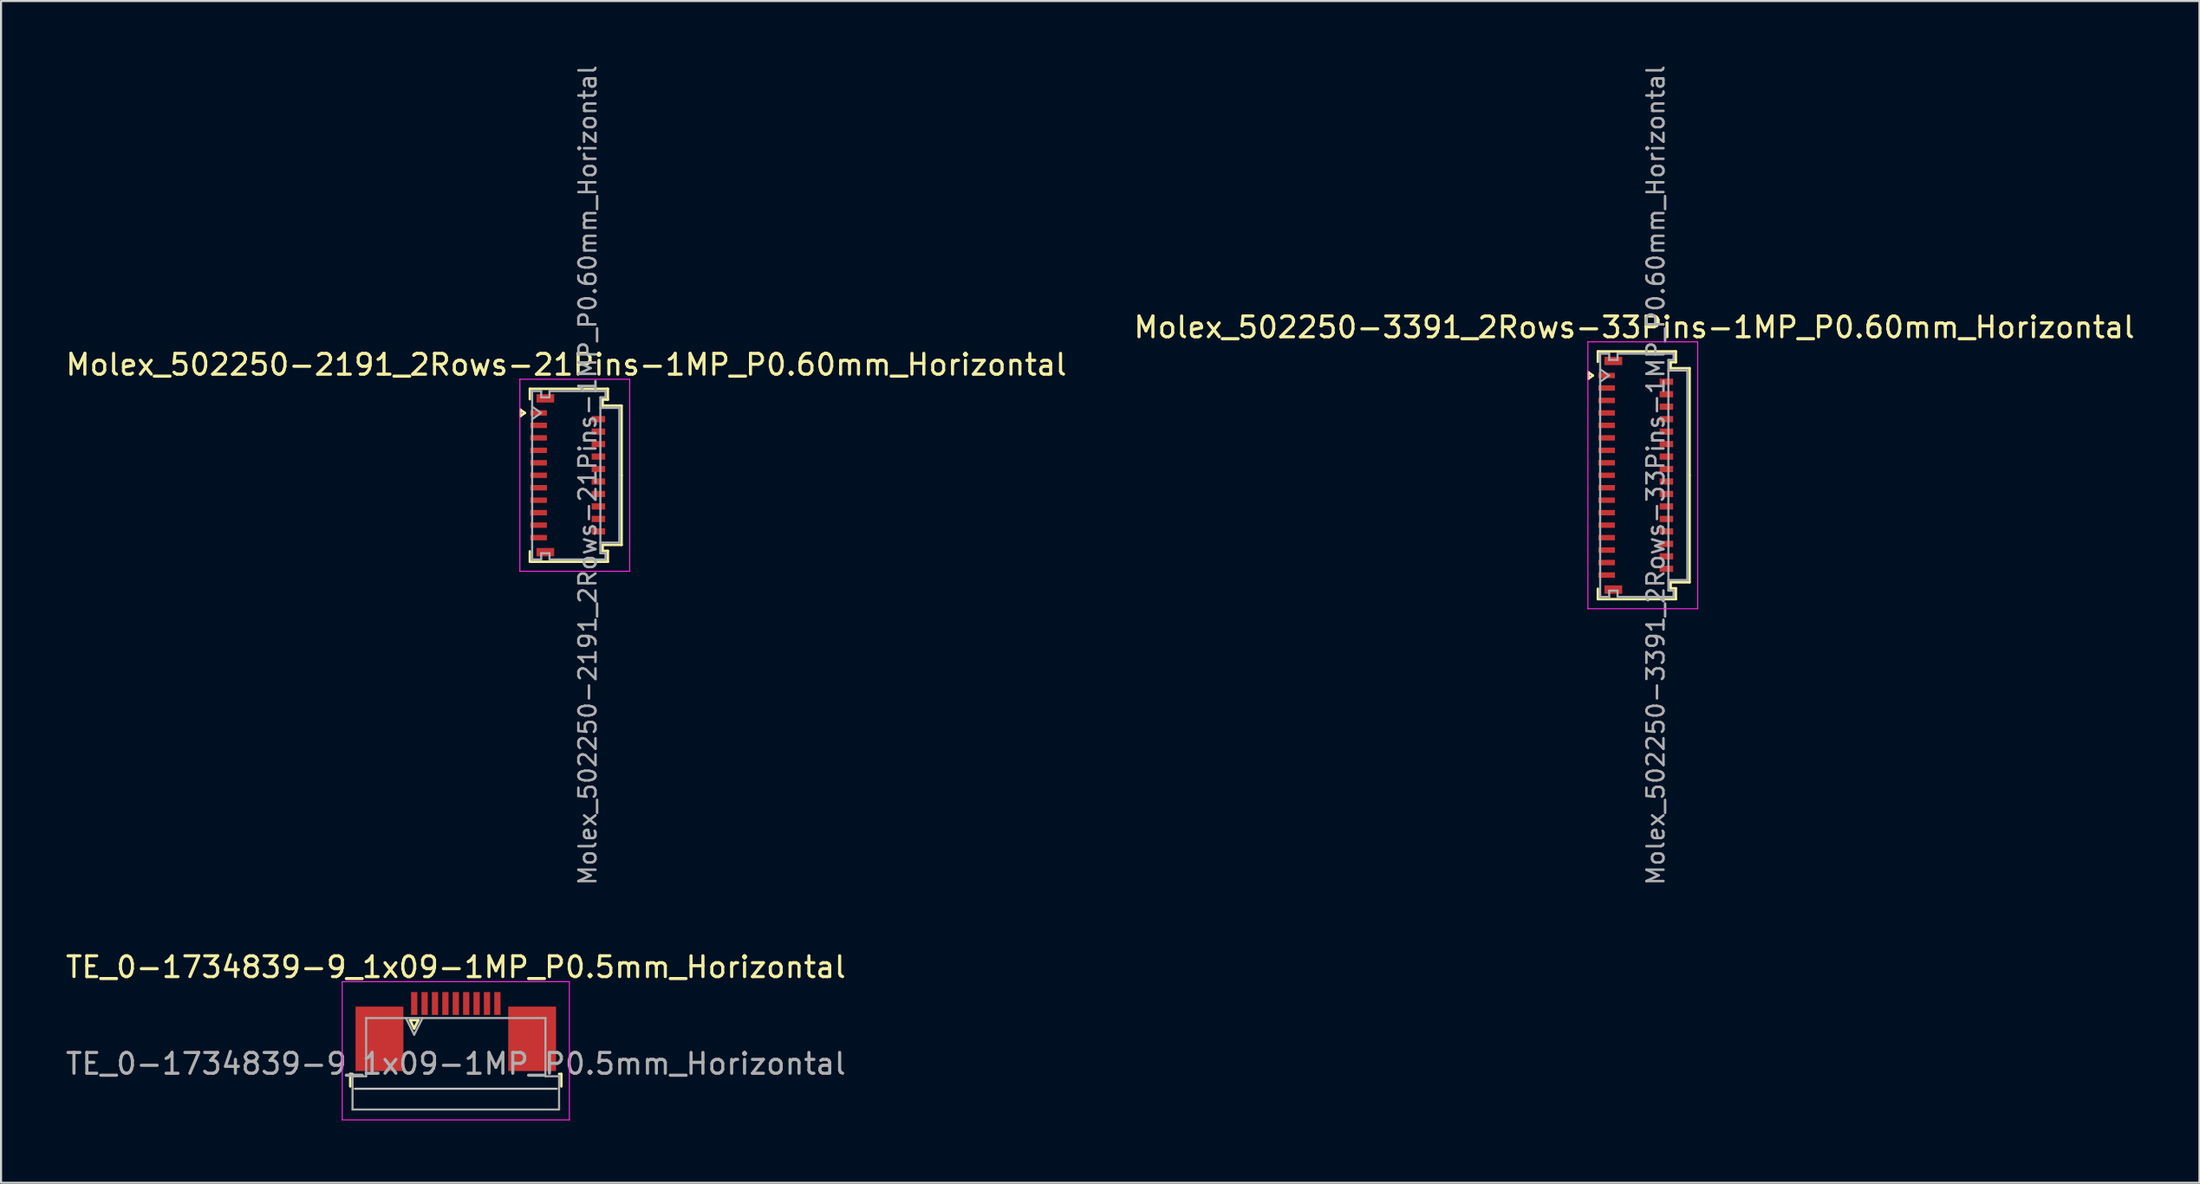
<source format=kicad_pcb>
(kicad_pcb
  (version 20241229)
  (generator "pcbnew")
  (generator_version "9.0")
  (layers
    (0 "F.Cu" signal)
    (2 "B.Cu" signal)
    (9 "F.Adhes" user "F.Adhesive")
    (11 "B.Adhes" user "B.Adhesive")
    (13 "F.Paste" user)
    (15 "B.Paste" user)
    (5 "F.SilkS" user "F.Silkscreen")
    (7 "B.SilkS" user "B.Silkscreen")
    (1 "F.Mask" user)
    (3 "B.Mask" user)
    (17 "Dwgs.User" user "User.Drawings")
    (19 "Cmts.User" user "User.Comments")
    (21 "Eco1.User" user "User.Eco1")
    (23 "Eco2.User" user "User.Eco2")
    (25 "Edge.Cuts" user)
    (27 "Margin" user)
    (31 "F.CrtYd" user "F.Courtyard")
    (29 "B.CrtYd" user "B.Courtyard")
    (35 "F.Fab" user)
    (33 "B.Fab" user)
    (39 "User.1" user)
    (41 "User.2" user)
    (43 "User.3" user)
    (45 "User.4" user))
  (footprint "TE_0-1734839-9_1x09-1MP_P0.5mm_Horizontal"
    (layer "F.Cu")
    (at 18.863 46.582)
    (property "Reference" "TE_0-1734839-9_1x09-1MP_P0.5mm_Horizontal" (at 0 -3.1 0) (layer "F.SilkS") (effects (font (size 1 1) (thickness 0.15))))
    (attr smd)
    (fp_line (start -5.075 2.04) (end -5.075 2.64) (stroke (width 0.12) (type solid)) (layer "F.SilkS"))
    (fp_line (start -4.965 2.04) (end -5.075 2.04) (stroke (width 0.12) (type solid)) (layer "F.SilkS"))
    (fp_line (start -2.2 -0.55) (end -2 -0.15) (stroke (width 0.12) (type solid)) (layer "F.SilkS"))
    (fp_line (start -2 -0.15) (end -1.8 -0.55) (stroke (width 0.12) (type solid)) (layer "F.SilkS"))
    (fp_line (start -1.8 -0.55) (end -2.2 -0.55) (stroke (width 0.12) (type solid)) (layer "F.SilkS"))
    (fp_line (start 4.965 2.04) (end 5.075 2.04) (stroke (width 0.12) (type solid)) (layer "F.SilkS"))
    (fp_line (start 5.075 2.04) (end 5.075 2.64) (stroke (width 0.12) (type solid)) (layer "F.SilkS"))
    (fp_line (start 4.855 2.75) (end -4.855 2.75) (stroke (width 0.1) (type solid)) (layer "Dwgs.User"))
    (fp_line (start -5.46 -2.4) (end -5.46 4.25) (stroke (width 0.05) (type solid)) (layer "F.CrtYd"))
    (fp_line (start -5.46 4.25) (end 5.46 4.25) (stroke (width 0.05) (type solid)) (layer "F.CrtYd"))
    (fp_line (start 5.46 -2.4) (end -5.46 -2.4) (stroke (width 0.05) (type solid)) (layer "F.CrtYd"))
    (fp_line (start 5.46 4.25) (end 5.46 -2.4) (stroke (width 0.05) (type solid)) (layer "F.CrtYd"))
    (fp_line (start -4.965 2.15) (end -4.31 2.15) (stroke (width 0.1) (type solid)) (layer "F.Fab"))
    (fp_line (start -4.965 3.75) (end -4.965 2.15) (stroke (width 0.1) (type solid)) (layer "F.Fab"))
    (fp_line (start -4.31 -0.65) (end 4.31 -0.65) (stroke (width 0.1) (type solid)) (layer "F.Fab"))
    (fp_line (start -4.31 2.15) (end -4.31 -0.65) (stroke (width 0.1) (type solid)) (layer "F.Fab"))
    (fp_line (start -2.4 -0.65) (end -2 0.15) (stroke (width 0.1) (type solid)) (layer "F.Fab"))
    (fp_line (start -2 0.15) (end -1.6 -0.65) (stroke (width 0.1) (type solid)) (layer "F.Fab"))
    (fp_line (start 4.31 -0.65) (end 4.31 2.15) (stroke (width 0.1) (type solid)) (layer "F.Fab"))
    (fp_line (start 4.31 2.15) (end 4.965 2.15) (stroke (width 0.1) (type solid)) (layer "F.Fab"))
    (fp_line (start 4.965 2.15) (end 4.965 3.75) (stroke (width 0.1) (type solid)) (layer "F.Fab"))
    (fp_line (start 4.965 3.75) (end -4.965 3.75) (stroke (width 0.1) (type solid)) (layer "F.Fab"))
    (fp_text user "${REFERENCE}" (at 0 1.55 0) (layer "F.Fab") (effects (font (size 1 1) (thickness 0.15))))
    (pad "1" smd rect (at -2 -1.35) (size 0.3 1.1) (layers "F.Cu" "F.Mask" "F.Paste"))
    (pad "2" smd rect (at -1.5 -1.35) (size 0.3 1.1) (layers "F.Cu" "F.Mask" "F.Paste"))
    (pad "3" smd rect (at -1 -1.35) (size 0.3 1.1) (layers "F.Cu" "F.Mask" "F.Paste"))
    (pad "4" smd rect (at -0.5 -1.35) (size 0.3 1.1) (layers "F.Cu" "F.Mask" "F.Paste"))
    (pad "5" smd rect (at 0 -1.35) (size 0.3 1.1) (layers "F.Cu" "F.Mask" "F.Paste"))
    (pad "6" smd rect (at 0.5 -1.35) (size 0.3 1.1) (layers "F.Cu" "F.Mask" "F.Paste"))
    (pad "7" smd rect (at 1 -1.35) (size 0.3 1.1) (layers "F.Cu" "F.Mask" "F.Paste"))
    (pad "8" smd rect (at 1.5 -1.35) (size 0.3 1.1) (layers "F.Cu" "F.Mask" "F.Paste"))
    (pad "9" smd rect (at 2 -1.35) (size 0.3 1.1) (layers "F.Cu" "F.Mask" "F.Paste"))
    (pad "MP" smd rect (at -3.67 0.35) (size 2.3 3.1) (layers "F.Cu" "F.Mask" "F.Paste"))
    (pad "MP" smd rect (at 3.67 0.35) (size 2.3 3.1) (layers "F.Cu" "F.Mask" "F.Paste")))
  (footprint "Molex_502250-2191_2Rows-21Pins-1MP_P0.60mm_Horizontal"
    (layer "F.Cu")
    (at 24.243 19.817)
    (property "Reference" "Molex_502250-2191_2Rows-21Pins-1MP_P0.60mm_Horizontal" (at -0.07 -5.32 0) (layer "F.SilkS") (effects (font (size 1 1) (thickness 0.15))))
    (attr smd)
    (fp_line (start -2.272 -3.15) (end -2.06 -3) (stroke (width 0.12) (type solid)) (layer "F.SilkS"))
    (fp_line (start -2.272 -2.85) (end -2.272 -3.15) (stroke (width 0.12) (type solid)) (layer "F.SilkS"))
    (fp_line (start -2.06 -3) (end -2.272 -2.85) (stroke (width 0.12) (type solid)) (layer "F.SilkS"))
    (fp_line (start -1.82 -4.16) (end 1.93 -4.16) (stroke (width 0.12) (type solid)) (layer "F.SilkS"))
    (fp_line (start -1.82 -3.66) (end -1.82 -4.16) (stroke (width 0.12) (type solid)) (layer "F.SilkS"))
    (fp_line (start -1.82 3.66) (end -1.82 4.16) (stroke (width 0.12) (type solid)) (layer "F.SilkS"))
    (fp_line (start -1.82 4.16) (end 1.93 4.16) (stroke (width 0.12) (type solid)) (layer "F.SilkS"))
    (fp_line (start 1.68 -3.64) (end 1.68 -3.35) (stroke (width 0.12) (type solid)) (layer "F.SilkS"))
    (fp_line (start 1.68 -3.35) (end 2.59 -3.35) (stroke (width 0.12) (type solid)) (layer "F.SilkS"))
    (fp_line (start 1.68 3.35) (end 2.59 3.35) (stroke (width 0.12) (type solid)) (layer "F.SilkS"))
    (fp_line (start 1.68 3.64) (end 1.68 3.35) (stroke (width 0.12) (type solid)) (layer "F.SilkS"))
    (fp_line (start 1.93 -4.16) (end 1.93 -3.64) (stroke (width 0.12) (type solid)) (layer "F.SilkS"))
    (fp_line (start 1.93 -3.64) (end 1.68 -3.64) (stroke (width 0.12) (type solid)) (layer "F.SilkS"))
    (fp_line (start 1.93 3.64) (end 1.68 3.64) (stroke (width 0.12) (type solid)) (layer "F.SilkS"))
    (fp_line (start 1.93 4.16) (end 1.93 3.64) (stroke (width 0.12) (type solid)) (layer "F.SilkS"))
    (fp_line (start 2.59 -3.35) (end 2.59 0) (stroke (width 0.12) (type solid)) (layer "F.SilkS"))
    (fp_line (start 2.59 3.35) (end 2.59 0) (stroke (width 0.12) (type solid)) (layer "F.SilkS"))
    (fp_line (start -2.3 -4.62) (end -2.3 4.62) (stroke (width 0.05) (type solid)) (layer "F.CrtYd"))
    (fp_line (start -2.3 4.62) (end 2.98 4.62) (stroke (width 0.05) (type solid)) (layer "F.CrtYd"))
    (fp_line (start 2.98 -4.62) (end -2.3 -4.62) (stroke (width 0.05) (type solid)) (layer "F.CrtYd"))
    (fp_line (start 2.98 4.62) (end 2.98 -4.62) (stroke (width 0.05) (type solid)) (layer "F.CrtYd"))
    (fp_line (start -1.71 -4.05) (end -1.275 -4.05) (stroke (width 0.1) (type solid)) (layer "F.Fab"))
    (fp_line (start -1.71 -3.3) (end -1.286 -3) (stroke (width 0.1) (type solid)) (layer "F.Fab"))
    (fp_line (start -1.71 0) (end -1.71 -4.05) (stroke (width 0.1) (type solid)) (layer "F.Fab"))
    (fp_line (start -1.71 0) (end -1.71 4.05) (stroke (width 0.1) (type solid)) (layer "F.Fab"))
    (fp_line (start -1.71 4.05) (end -1.275 4.05) (stroke (width 0.1) (type solid)) (layer "F.Fab"))
    (fp_line (start -1.286 -3) (end -1.71 -2.7) (stroke (width 0.1) (type solid)) (layer "F.Fab"))
    (fp_line (start -1.275 -4.05) (end -1.275 -3.75) (stroke (width 0.1) (type solid)) (layer "F.Fab"))
    (fp_line (start -1.275 -3.75) (end -0.875 -3.75) (stroke (width 0.1) (type solid)) (layer "F.Fab"))
    (fp_line (start -1.275 3.75) (end -0.875 3.75) (stroke (width 0.1) (type solid)) (layer "F.Fab"))
    (fp_line (start -1.275 4.05) (end -1.275 3.75) (stroke (width 0.1) (type solid)) (layer "F.Fab"))
    (fp_line (start -0.875 -4.05) (end 1.82 -4.05) (stroke (width 0.1) (type solid)) (layer "F.Fab"))
    (fp_line (start -0.875 -3.75) (end -0.875 -4.05) (stroke (width 0.1) (type solid)) (layer "F.Fab"))
    (fp_line (start -0.875 3.75) (end -0.875 4.05) (stroke (width 0.1) (type solid)) (layer "F.Fab"))
    (fp_line (start -0.875 4.05) (end 1.82 4.05) (stroke (width 0.1) (type solid)) (layer "F.Fab"))
    (fp_line (start 1.57 -3.75) (end 1.57 0) (stroke (width 0.1) (type solid)) (layer "F.Fab"))
    (fp_line (start 1.57 -3.24) (end 2.48 -3.24) (stroke (width 0.1) (type solid)) (layer "F.Fab"))
    (fp_line (start 1.57 3.75) (end 1.57 0) (stroke (width 0.1) (type solid)) (layer "F.Fab"))
    (fp_line (start 1.82 -4.05) (end 1.82 -3.75) (stroke (width 0.1) (type solid)) (layer "F.Fab"))
    (fp_line (start 1.82 -3.75) (end 1.57 -3.75) (stroke (width 0.1) (type solid)) (layer "F.Fab"))
    (fp_line (start 1.82 3.75) (end 1.57 3.75) (stroke (width 0.1) (type solid)) (layer "F.Fab"))
    (fp_line (start 1.82 4.05) (end 1.82 3.75) (stroke (width 0.1) (type solid)) (layer "F.Fab"))
    (fp_line (start 2.48 -3.24) (end 2.48 3.24) (stroke (width 0.1) (type solid)) (layer "F.Fab"))
    (fp_line (start 2.48 3.24) (end 1.57 3.24) (stroke (width 0.1) (type solid)) (layer "F.Fab"))
    (fp_text user "${REFERENCE}" (at 0.96 0 90) (layer "F.Fab") (effects (font (size 0.82 0.82) (thickness 0.12))))
    (pad "1" smd rect (at -1.4 -3) (size 0.8 0.26) (layers "F.Cu" "F.Mask" "F.Paste"))
    (pad "2" smd rect (at 1.475 -2.7) (size 0.65 0.3) (layers "F.Cu" "F.Mask" "F.Paste"))
    (pad "3" smd rect (at -1.4 -2.4) (size 0.8 0.26) (layers "F.Cu" "F.Mask" "F.Paste"))
    (pad "4" smd rect (at 1.475 -2.1) (size 0.65 0.3) (layers "F.Cu" "F.Mask" "F.Paste"))
    (pad "5" smd rect (at -1.4 -1.8) (size 0.8 0.26) (layers "F.Cu" "F.Mask" "F.Paste"))
    (pad "6" smd rect (at 1.475 -1.5) (size 0.65 0.3) (layers "F.Cu" "F.Mask" "F.Paste"))
    (pad "7" smd rect (at -1.4 -1.2) (size 0.8 0.26) (layers "F.Cu" "F.Mask" "F.Paste"))
    (pad "8" smd rect (at 1.475 -0.9) (size 0.65 0.3) (layers "F.Cu" "F.Mask" "F.Paste"))
    (pad "9" smd rect (at -1.4 -0.6) (size 0.8 0.26) (layers "F.Cu" "F.Mask" "F.Paste"))
    (pad "10" smd rect (at 1.475 -0.3) (size 0.65 0.3) (layers "F.Cu" "F.Mask" "F.Paste"))
    (pad "11" smd rect (at -1.4 0) (size 0.8 0.26) (layers "F.Cu" "F.Mask" "F.Paste"))
    (pad "12" smd rect (at 1.475 0.3) (size 0.65 0.3) (layers "F.Cu" "F.Mask" "F.Paste"))
    (pad "13" smd rect (at -1.4 0.6) (size 0.8 0.26) (layers "F.Cu" "F.Mask" "F.Paste"))
    (pad "14" smd rect (at 1.475 0.9) (size 0.65 0.3) (layers "F.Cu" "F.Mask" "F.Paste"))
    (pad "15" smd rect (at -1.4 1.2) (size 0.8 0.26) (layers "F.Cu" "F.Mask" "F.Paste"))
    (pad "16" smd rect (at 1.475 1.5) (size 0.65 0.3) (layers "F.Cu" "F.Mask" "F.Paste"))
    (pad "17" smd rect (at -1.4 1.8) (size 0.8 0.26) (layers "F.Cu" "F.Mask" "F.Paste"))
    (pad "18" smd rect (at 1.475 2.1) (size 0.65 0.3) (layers "F.Cu" "F.Mask" "F.Paste"))
    (pad "19" smd rect (at -1.4 2.4) (size 0.8 0.26) (layers "F.Cu" "F.Mask" "F.Paste"))
    (pad "20" smd rect (at 1.475 2.7) (size 0.65 0.3) (layers "F.Cu" "F.Mask" "F.Paste"))
    (pad "21" smd rect (at -1.4 3) (size 0.8 0.26) (layers "F.Cu" "F.Mask" "F.Paste"))
    (pad "MP" smd rect (at -1.075 -3.7) (size 0.85 0.4) (layers "F.Cu" "F.Mask" "F.Paste"))
    (pad "MP" smd rect (at -1.075 3.7) (size 0.85 0.4) (layers "F.Cu" "F.Mask" "F.Paste")))
  (footprint "Molex_502250-3391_2Rows-33Pins-1MP_P0.60mm_Horizontal"
    (layer "F.Cu")
    (at 75.588 19.817)
    (property "Reference" "Molex_502250-3391_2Rows-33Pins-1MP_P0.60mm_Horizontal" (at -0.07 -7.12 0) (layer "F.SilkS") (effects (font (size 1 1) (thickness 0.15))))
    (attr smd)
    (fp_line (start -2.272 -4.95) (end -2.06 -4.8) (stroke (width 0.12) (type solid)) (layer "F.SilkS"))
    (fp_line (start -2.272 -4.65) (end -2.272 -4.95) (stroke (width 0.12) (type solid)) (layer "F.SilkS"))
    (fp_line (start -2.06 -4.8) (end -2.272 -4.65) (stroke (width 0.12) (type solid)) (layer "F.SilkS"))
    (fp_line (start -1.82 -5.96) (end 1.93 -5.96) (stroke (width 0.12) (type solid)) (layer "F.SilkS"))
    (fp_line (start -1.82 -5.46) (end -1.82 -5.96) (stroke (width 0.12) (type solid)) (layer "F.SilkS"))
    (fp_line (start -1.82 5.46) (end -1.82 5.96) (stroke (width 0.12) (type solid)) (layer "F.SilkS"))
    (fp_line (start -1.82 5.96) (end 1.93 5.96) (stroke (width 0.12) (type solid)) (layer "F.SilkS"))
    (fp_line (start 1.68 -5.44) (end 1.68 -5.15) (stroke (width 0.12) (type solid)) (layer "F.SilkS"))
    (fp_line (start 1.68 -5.15) (end 2.59 -5.15) (stroke (width 0.12) (type solid)) (layer "F.SilkS"))
    (fp_line (start 1.68 5.15) (end 2.59 5.15) (stroke (width 0.12) (type solid)) (layer "F.SilkS"))
    (fp_line (start 1.68 5.44) (end 1.68 5.15) (stroke (width 0.12) (type solid)) (layer "F.SilkS"))
    (fp_line (start 1.93 -5.96) (end 1.93 -5.44) (stroke (width 0.12) (type solid)) (layer "F.SilkS"))
    (fp_line (start 1.93 -5.44) (end 1.68 -5.44) (stroke (width 0.12) (type solid)) (layer "F.SilkS"))
    (fp_line (start 1.93 5.44) (end 1.68 5.44) (stroke (width 0.12) (type solid)) (layer "F.SilkS"))
    (fp_line (start 1.93 5.96) (end 1.93 5.44) (stroke (width 0.12) (type solid)) (layer "F.SilkS"))
    (fp_line (start 2.59 -5.15) (end 2.59 0) (stroke (width 0.12) (type solid)) (layer "F.SilkS"))
    (fp_line (start 2.59 5.15) (end 2.59 0) (stroke (width 0.12) (type solid)) (layer "F.SilkS"))
    (fp_line (start -2.3 -6.42) (end -2.3 6.42) (stroke (width 0.05) (type solid)) (layer "F.CrtYd"))
    (fp_line (start -2.3 6.42) (end 2.98 6.42) (stroke (width 0.05) (type solid)) (layer "F.CrtYd"))
    (fp_line (start 2.98 -6.42) (end -2.3 -6.42) (stroke (width 0.05) (type solid)) (layer "F.CrtYd"))
    (fp_line (start 2.98 6.42) (end 2.98 -6.42) (stroke (width 0.05) (type solid)) (layer "F.CrtYd"))
    (fp_line (start -1.71 -5.85) (end -1.275 -5.85) (stroke (width 0.1) (type solid)) (layer "F.Fab"))
    (fp_line (start -1.71 -5.1) (end -1.286 -4.8) (stroke (width 0.1) (type solid)) (layer "F.Fab"))
    (fp_line (start -1.71 0) (end -1.71 -5.85) (stroke (width 0.1) (type solid)) (layer "F.Fab"))
    (fp_line (start -1.71 0) (end -1.71 5.85) (stroke (width 0.1) (type solid)) (layer "F.Fab"))
    (fp_line (start -1.71 5.85) (end -1.275 5.85) (stroke (width 0.1) (type solid)) (layer "F.Fab"))
    (fp_line (start -1.286 -4.8) (end -1.71 -4.5) (stroke (width 0.1) (type solid)) (layer "F.Fab"))
    (fp_line (start -1.275 -5.85) (end -1.275 -5.55) (stroke (width 0.1) (type solid)) (layer "F.Fab"))
    (fp_line (start -1.275 -5.55) (end -0.875 -5.55) (stroke (width 0.1) (type solid)) (layer "F.Fab"))
    (fp_line (start -1.275 5.55) (end -0.875 5.55) (stroke (width 0.1) (type solid)) (layer "F.Fab"))
    (fp_line (start -1.275 5.85) (end -1.275 5.55) (stroke (width 0.1) (type solid)) (layer "F.Fab"))
    (fp_line (start -0.875 -5.85) (end 1.82 -5.85) (stroke (width 0.1) (type solid)) (layer "F.Fab"))
    (fp_line (start -0.875 -5.55) (end -0.875 -5.85) (stroke (width 0.1) (type solid)) (layer "F.Fab"))
    (fp_line (start -0.875 5.55) (end -0.875 5.85) (stroke (width 0.1) (type solid)) (layer "F.Fab"))
    (fp_line (start -0.875 5.85) (end 1.82 5.85) (stroke (width 0.1) (type solid)) (layer "F.Fab"))
    (fp_line (start 1.57 -5.55) (end 1.57 0) (stroke (width 0.1) (type solid)) (layer "F.Fab"))
    (fp_line (start 1.57 -5.04) (end 2.48 -5.04) (stroke (width 0.1) (type solid)) (layer "F.Fab"))
    (fp_line (start 1.57 5.55) (end 1.57 0) (stroke (width 0.1) (type solid)) (layer "F.Fab"))
    (fp_line (start 1.82 -5.85) (end 1.82 -5.55) (stroke (width 0.1) (type solid)) (layer "F.Fab"))
    (fp_line (start 1.82 -5.55) (end 1.57 -5.55) (stroke (width 0.1) (type solid)) (layer "F.Fab"))
    (fp_line (start 1.82 5.55) (end 1.57 5.55) (stroke (width 0.1) (type solid)) (layer "F.Fab"))
    (fp_line (start 1.82 5.85) (end 1.82 5.55) (stroke (width 0.1) (type solid)) (layer "F.Fab"))
    (fp_line (start 2.48 -5.04) (end 2.48 5.04) (stroke (width 0.1) (type solid)) (layer "F.Fab"))
    (fp_line (start 2.48 5.04) (end 1.57 5.04) (stroke (width 0.1) (type solid)) (layer "F.Fab"))
    (fp_text user "${REFERENCE}" (at 0.96 0 90) (layer "F.Fab") (effects (font (size 0.82 0.82) (thickness 0.12))))
    (pad "1" smd rect (at -1.4 -4.8) (size 0.8 0.26) (layers "F.Cu" "F.Mask" "F.Paste"))
    (pad "2" smd rect (at 1.475 -4.5) (size 0.65 0.3) (layers "F.Cu" "F.Mask" "F.Paste"))
    (pad "3" smd rect (at -1.4 -4.2) (size 0.8 0.26) (layers "F.Cu" "F.Mask" "F.Paste"))
    (pad "4" smd rect (at 1.475 -3.9) (size 0.65 0.3) (layers "F.Cu" "F.Mask" "F.Paste"))
    (pad "5" smd rect (at -1.4 -3.6) (size 0.8 0.26) (layers "F.Cu" "F.Mask" "F.Paste"))
    (pad "6" smd rect (at 1.475 -3.3) (size 0.65 0.3) (layers "F.Cu" "F.Mask" "F.Paste"))
    (pad "7" smd rect (at -1.4 -3) (size 0.8 0.26) (layers "F.Cu" "F.Mask" "F.Paste"))
    (pad "8" smd rect (at 1.475 -2.7) (size 0.65 0.3) (layers "F.Cu" "F.Mask" "F.Paste"))
    (pad "9" smd rect (at -1.4 -2.4) (size 0.8 0.26) (layers "F.Cu" "F.Mask" "F.Paste"))
    (pad "10" smd rect (at 1.475 -2.1) (size 0.65 0.3) (layers "F.Cu" "F.Mask" "F.Paste"))
    (pad "11" smd rect (at -1.4 -1.8) (size 0.8 0.26) (layers "F.Cu" "F.Mask" "F.Paste"))
    (pad "12" smd rect (at 1.475 -1.5) (size 0.65 0.3) (layers "F.Cu" "F.Mask" "F.Paste"))
    (pad "13" smd rect (at -1.4 -1.2) (size 0.8 0.26) (layers "F.Cu" "F.Mask" "F.Paste"))
    (pad "14" smd rect (at 1.475 -0.9) (size 0.65 0.3) (layers "F.Cu" "F.Mask" "F.Paste"))
    (pad "15" smd rect (at -1.4 -0.6) (size 0.8 0.26) (layers "F.Cu" "F.Mask" "F.Paste"))
    (pad "16" smd rect (at 1.475 -0.3) (size 0.65 0.3) (layers "F.Cu" "F.Mask" "F.Paste"))
    (pad "17" smd rect (at -1.4 0) (size 0.8 0.26) (layers "F.Cu" "F.Mask" "F.Paste"))
    (pad "18" smd rect (at 1.475 0.3) (size 0.65 0.3) (layers "F.Cu" "F.Mask" "F.Paste"))
    (pad "19" smd rect (at -1.4 0.6) (size 0.8 0.26) (layers "F.Cu" "F.Mask" "F.Paste"))
    (pad "20" smd rect (at 1.475 0.9) (size 0.65 0.3) (layers "F.Cu" "F.Mask" "F.Paste"))
    (pad "21" smd rect (at -1.4 1.2) (size 0.8 0.26) (layers "F.Cu" "F.Mask" "F.Paste"))
    (pad "22" smd rect (at 1.475 1.5) (size 0.65 0.3) (layers "F.Cu" "F.Mask" "F.Paste"))
    (pad "23" smd rect (at -1.4 1.8) (size 0.8 0.26) (layers "F.Cu" "F.Mask" "F.Paste"))
    (pad "24" smd rect (at 1.475 2.1) (size 0.65 0.3) (layers "F.Cu" "F.Mask" "F.Paste"))
    (pad "25" smd rect (at -1.4 2.4) (size 0.8 0.26) (layers "F.Cu" "F.Mask" "F.Paste"))
    (pad "26" smd rect (at 1.475 2.7) (size 0.65 0.3) (layers "F.Cu" "F.Mask" "F.Paste"))
    (pad "27" smd rect (at -1.4 3) (size 0.8 0.26) (layers "F.Cu" "F.Mask" "F.Paste"))
    (pad "28" smd rect (at 1.475 3.3) (size 0.65 0.3) (layers "F.Cu" "F.Mask" "F.Paste"))
    (pad "29" smd rect (at -1.4 3.6) (size 0.8 0.26) (layers "F.Cu" "F.Mask" "F.Paste"))
    (pad "30" smd rect (at 1.475 3.9) (size 0.65 0.3) (layers "F.Cu" "F.Mask" "F.Paste"))
    (pad "31" smd rect (at -1.4 4.2) (size 0.8 0.26) (layers "F.Cu" "F.Mask" "F.Paste"))
    (pad "32" smd rect (at 1.475 4.5) (size 0.65 0.3) (layers "F.Cu" "F.Mask" "F.Paste"))
    (pad "33" smd rect (at -1.4 4.8) (size 0.8 0.26) (layers "F.Cu" "F.Mask" "F.Paste"))
    (pad "MP" smd rect (at -1.075 -5.5) (size 0.85 0.4) (layers "F.Cu" "F.Mask" "F.Paste"))
    (pad "MP" smd rect (at -1.075 5.5) (size 0.85 0.4) (layers "F.Cu" "F.Mask" "F.Paste")))
  (gr_rect
    (start -3 -3)
    (end 102.69 53.857)
    (stroke (width 0.1) (type default))
    (fill no)
    (layer "Edge.Cuts")))
</source>
